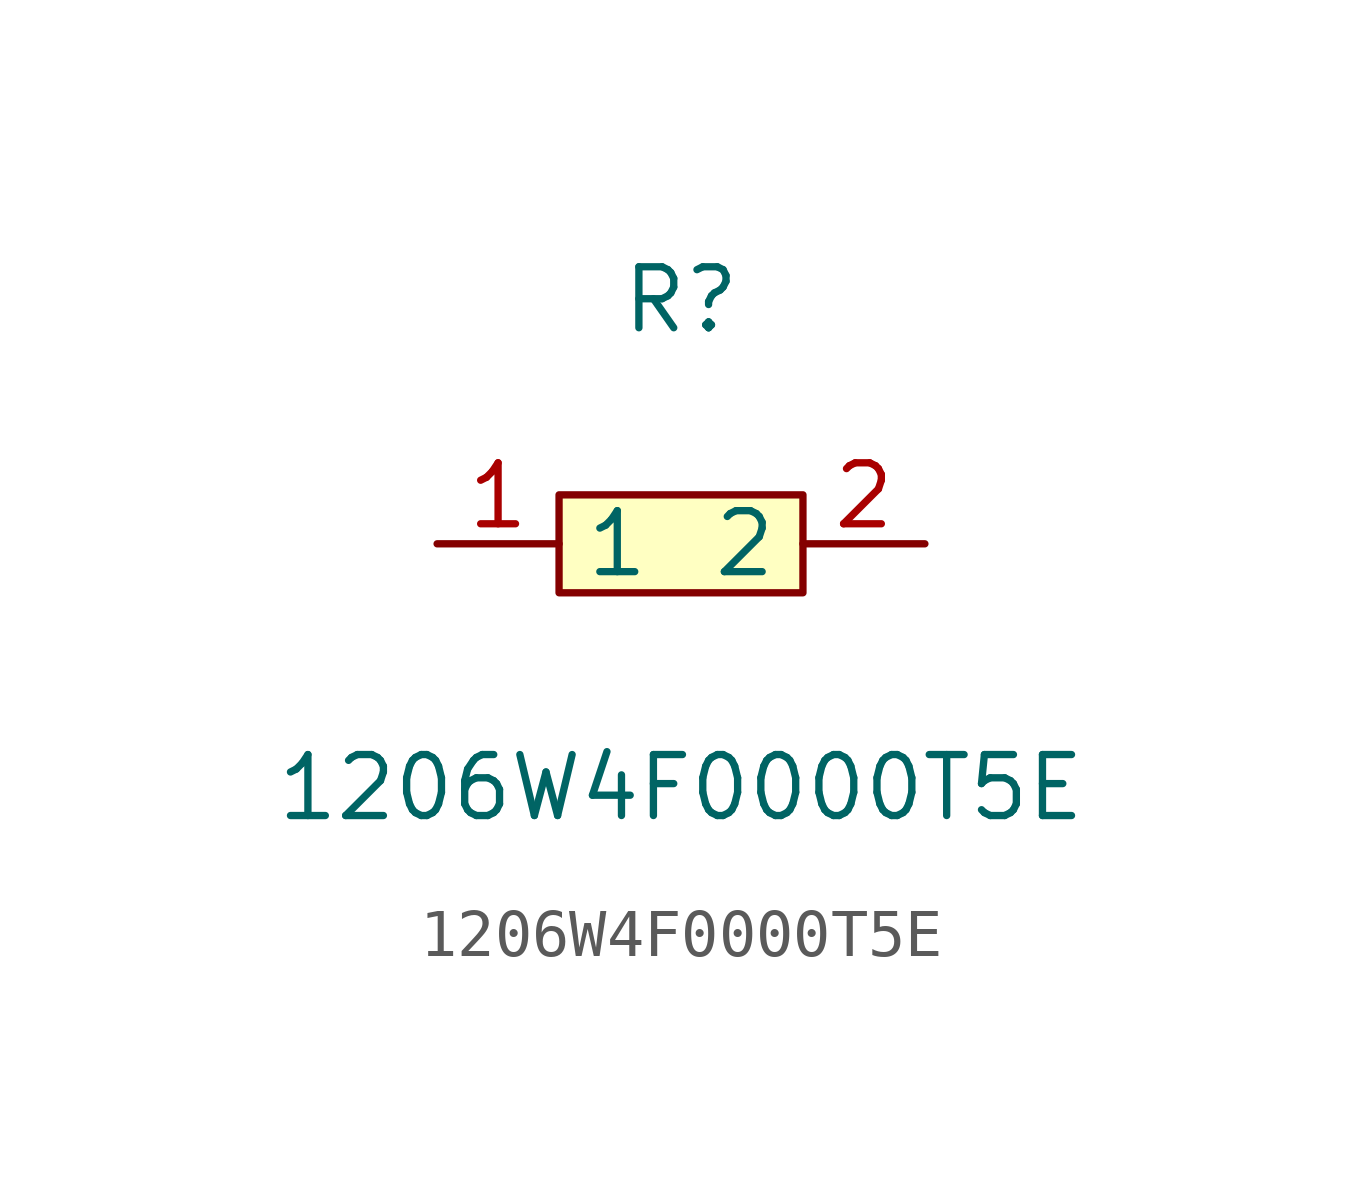
<source format=kicad_sym>
(kicad_symbol_lib
  (version 20211014)
  (generator https://github.com/uPesy/easyeda2kicad.py)
  (symbol "1206W4F0000T5E"
    (property "Reference" "R"
      (at 0 5.08 0)
      (effects (font (size 1.27 1.27))))
    (property "Value" "1206W4F0000T5E"
      (at 0 -5.08 0)
      (effects (font (size 1.27 1.27))))
    (symbol "1206W4F0000T5E_0_1"
      (rectangle (start -2.54 1.02) (end 2.54 -1.02) (stroke (width 0) (type default) (color 0 0 0 0)) (fill (type background)))
      (pin input line (at 5.08 -0.00 180) (length 2.54) (name "2" (effects (font (size 1.27 1.27)))) (number "2" (effects (font (size 1.27 1.27)))))
      (pin input line (at -5.08 -0.00 0) (length 2.54) (name "1" (effects (font (size 1.27 1.27)))) (number "1" (effects (font (size 1.27 1.27))))))))
</source>
